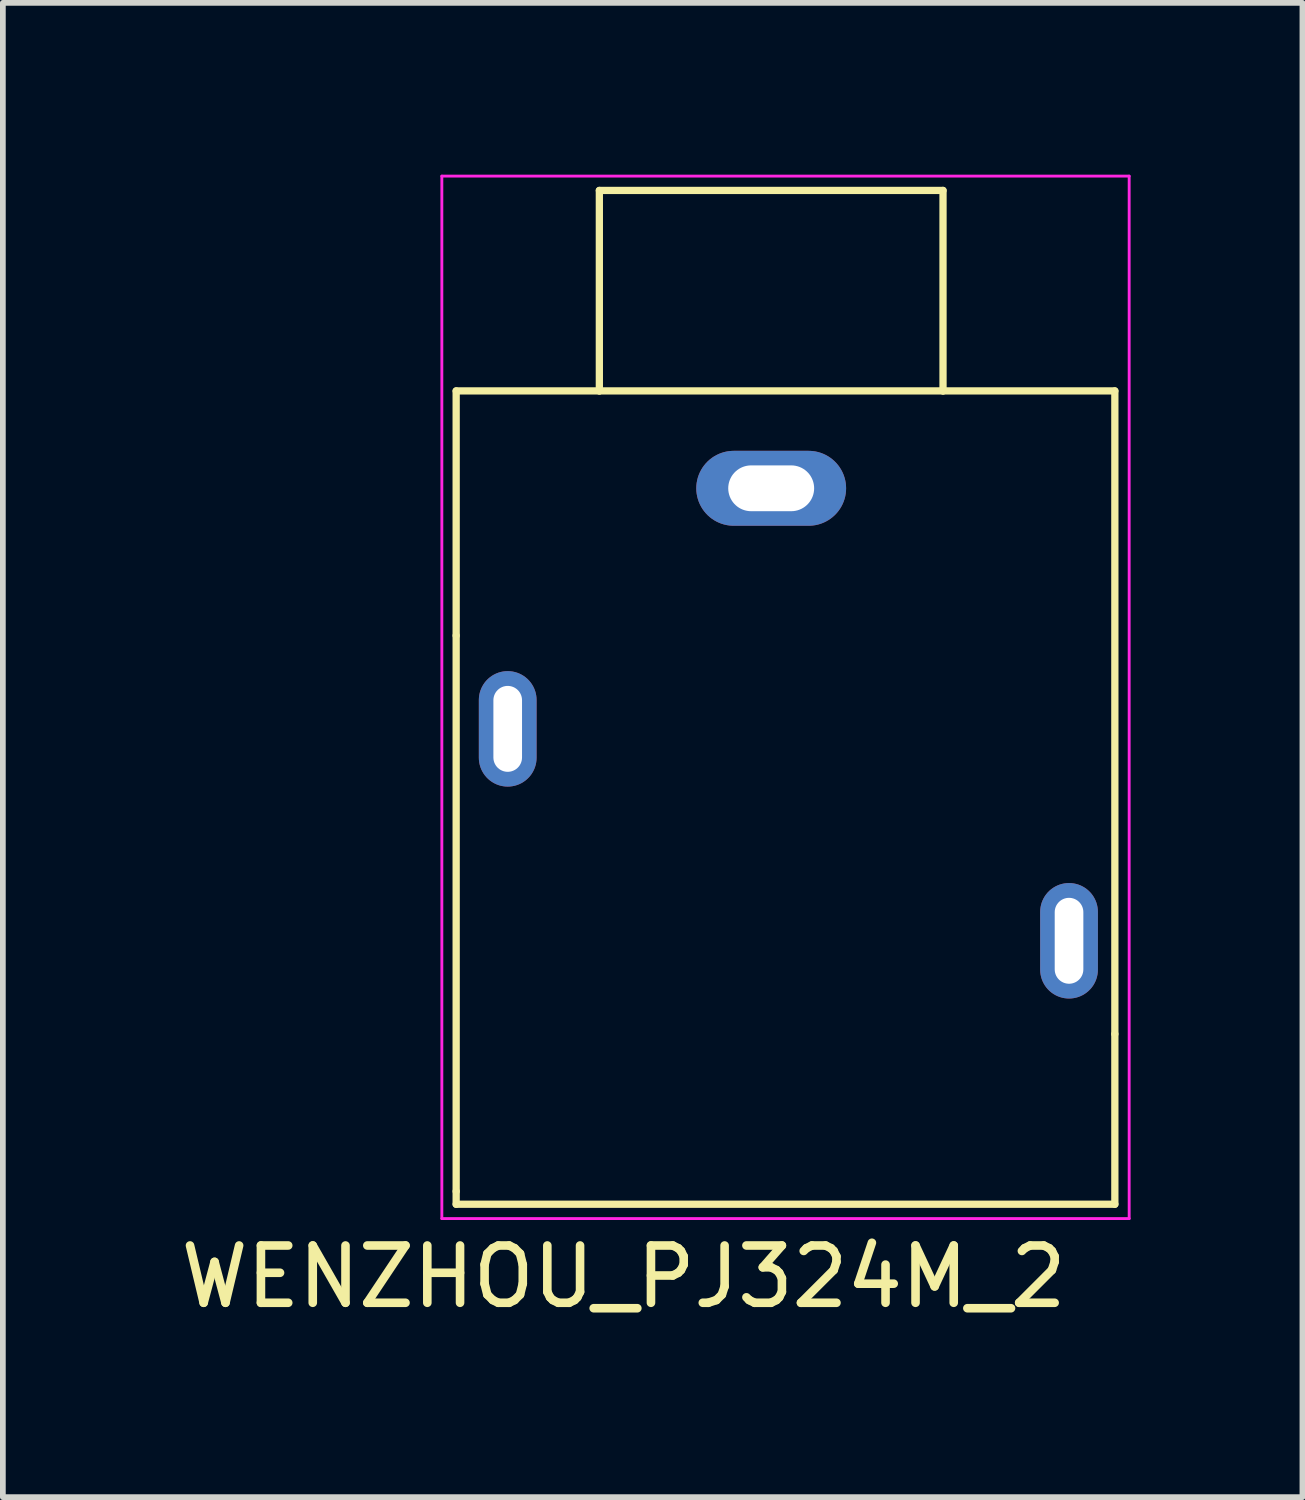
<source format=kicad_pcb>
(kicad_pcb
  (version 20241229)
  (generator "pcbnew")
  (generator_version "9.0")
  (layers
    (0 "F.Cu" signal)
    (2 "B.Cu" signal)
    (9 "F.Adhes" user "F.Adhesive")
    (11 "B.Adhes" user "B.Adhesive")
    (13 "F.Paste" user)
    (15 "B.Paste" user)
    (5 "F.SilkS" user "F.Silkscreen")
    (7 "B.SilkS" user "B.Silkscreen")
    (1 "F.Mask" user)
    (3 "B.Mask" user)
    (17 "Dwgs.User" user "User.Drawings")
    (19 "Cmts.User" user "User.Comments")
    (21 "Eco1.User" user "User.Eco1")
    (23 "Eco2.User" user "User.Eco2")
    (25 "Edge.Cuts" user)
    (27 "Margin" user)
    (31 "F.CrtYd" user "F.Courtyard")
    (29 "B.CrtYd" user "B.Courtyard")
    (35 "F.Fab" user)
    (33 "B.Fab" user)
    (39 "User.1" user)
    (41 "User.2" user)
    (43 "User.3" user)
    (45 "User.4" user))
  (footprint "WENZHOU_PJ324M_2"
    (layer "F.Cu")
    (at 10.414 10.875)
    (property "Reference" "WENZHOU_PJ324M_2" (at -2.575 8.365 0) (layer "F.SilkS") (effects (font (size 1 1) (thickness 0.15))))
    (attr through_hole)
    (fp_line (start -5.5 -7.1) (end -3 -7.1) (stroke (width 0.127) (type solid)) (layer "F.SilkS"))
    (fp_line (start -5.5 -2.828) (end -5.5 -7.1) (stroke (width 0.127) (type solid)) (layer "F.SilkS"))
    (fp_line (start -5.5 -2.828) (end -5.5 6.874) (stroke (width 0.127) (type solid)) (layer "F.SilkS"))
    (fp_line (start -5.5 7.1) (end -5.5 6.874) (stroke (width 0.127) (type solid)) (layer "F.SilkS"))
    (fp_line (start -3 -10.6) (end -3 -7.1) (stroke (width 0.127) (type solid)) (layer "F.SilkS"))
    (fp_line (start -3 -7.1) (end 3 -7.1) (stroke (width 0.127) (type solid)) (layer "F.SilkS"))
    (fp_line (start 3 -10.6) (end -3 -10.6) (stroke (width 0.127) (type solid)) (layer "F.SilkS"))
    (fp_line (start 3 -7.1) (end 3 -10.6) (stroke (width 0.127) (type solid)) (layer "F.SilkS"))
    (fp_line (start 3 -7.1) (end 6 -7.1) (stroke (width 0.127) (type solid)) (layer "F.SilkS"))
    (fp_line (start 6 -7.1) (end 6 4.128) (stroke (width 0.127) (type solid)) (layer "F.SilkS"))
    (fp_line (start 6 7.1) (end -5.5 7.1) (stroke (width 0.127) (type solid)) (layer "F.SilkS"))
    (fp_line (start 6 7.1) (end 6 4.128) (stroke (width 0.127) (type solid)) (layer "F.SilkS"))
    (fp_line (start -5.75 -10.85) (end -5.75 7.35) (stroke (width 0.05) (type solid)) (layer "F.CrtYd"))
    (fp_line (start -5.75 7.35) (end 6.25 7.35) (stroke (width 0.05) (type solid)) (layer "F.CrtYd"))
    (fp_line (start 6.25 -10.85) (end -5.75 -10.85) (stroke (width 0.05) (type solid)) (layer "F.CrtYd"))
    (fp_line (start 6.25 7.35) (end 6.25 -10.85) (stroke (width 0.05) (type solid)) (layer "F.CrtYd"))
    (pad "1 (GND)" thru_hole oval (at 0 -5.4) (size 2.616 1.308) (drill oval 1.5 0.8) (layers "*.Cu" "*.Mask"))
    (pad "2 (R)" thru_hole oval (at 5.2 2.5) (size 1.008 2.016) (drill oval 0.5 1.5) (layers "*.Cu" "*.Mask"))
    (pad "5 (L)" thru_hole oval (at -4.6 -1.2) (size 1.008 2.016) (drill oval 0.5 1.5) (layers "*.Cu" "*.Mask")))
  (gr_rect
    (start -3 -3)
    (end 19.689 23.088)
    (stroke (width 0.1) (type default))
    (fill no)
    (layer "Edge.Cuts")))
</source>
